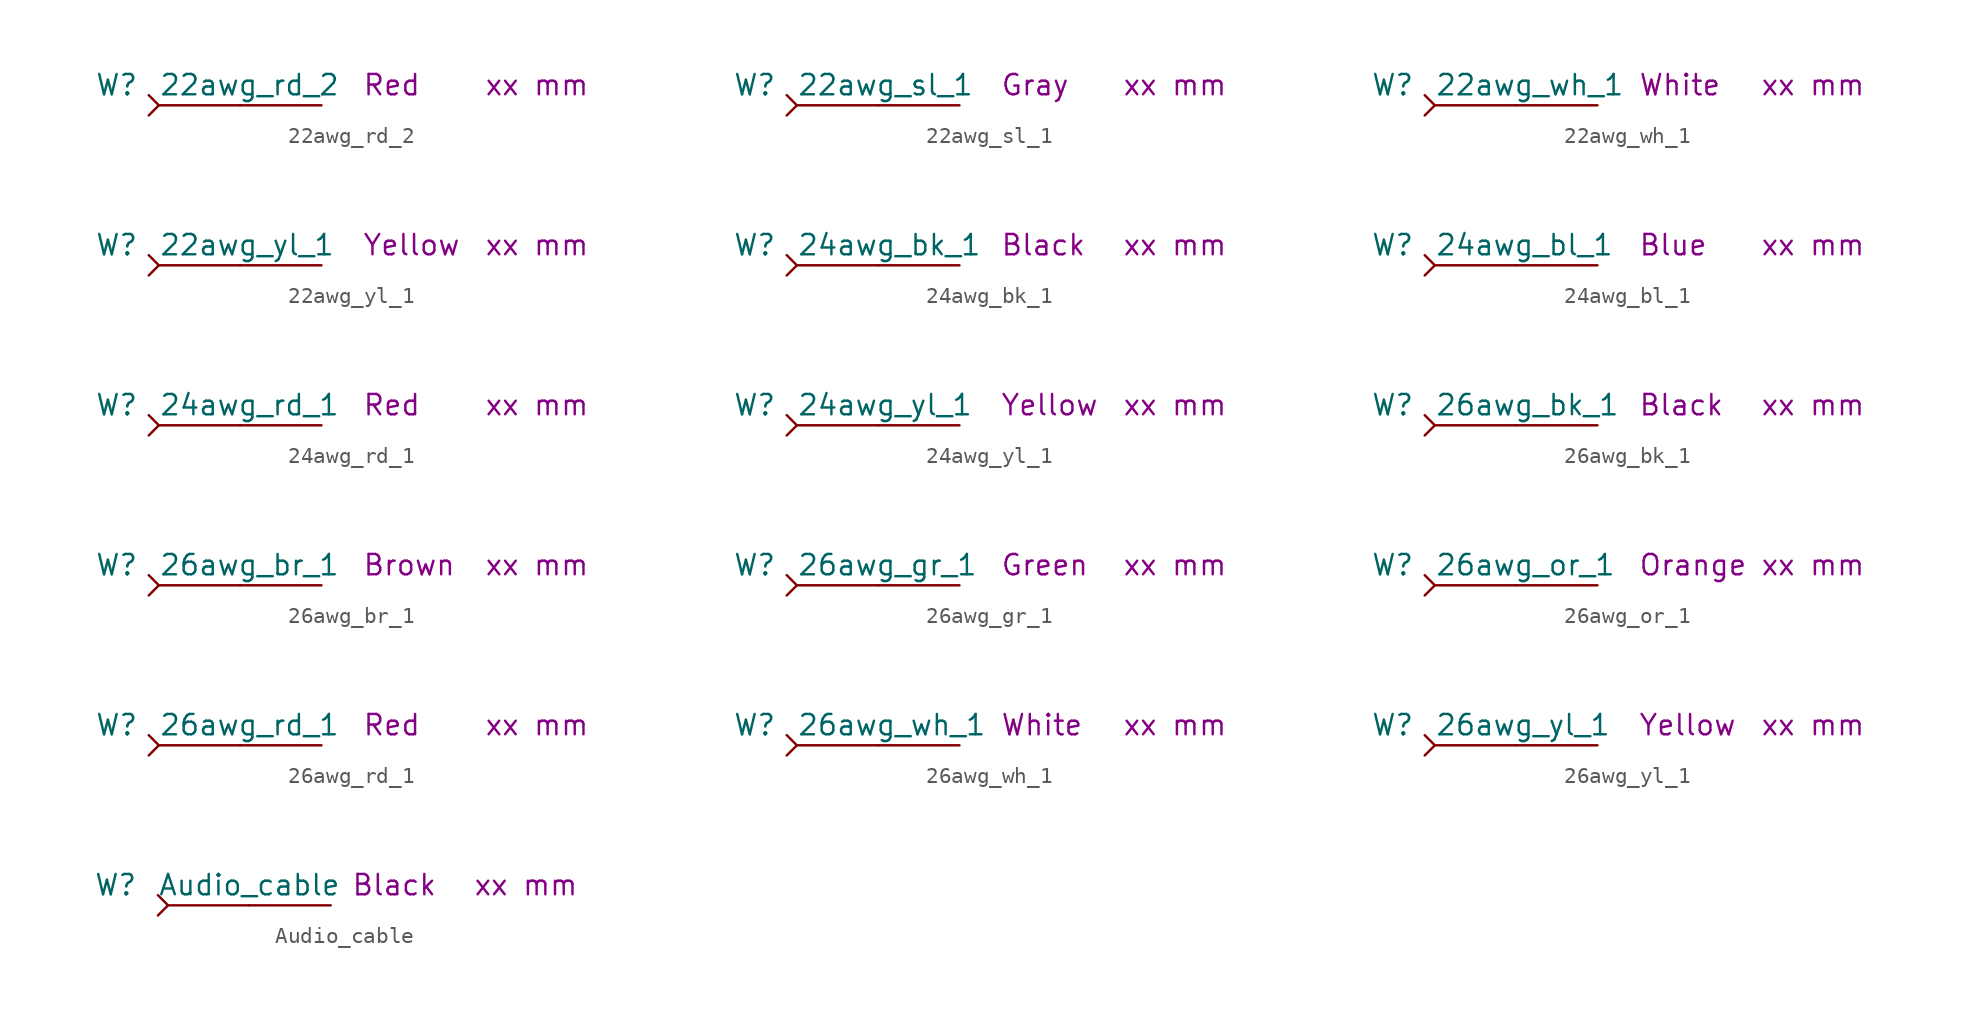
<source format=kicad_sym>
(kicad_symbol_lib
  (version 20211014)
  (generator kicad_symbol_editor)
  (symbol "22awg_rd_2"
    (pin_numbers hide)
    (pin_names
      (offset 0) hide)
    (property "Reference" "W"
      (at -6.35 1.27 0)
      (effects (font (size 1.27 1.27)) (justify right)))
    (property "Value" "22awg_rd_2"
      (at -5.08 1.27 0)
      (effects (font (size 1.27 1.27)) (justify left)))
    (property "Color" "Red"
      (at 7.62 1.27 0)
      (effects (font (size 1.27 1.27)) (justify left)))
    (property "Length" "xx mm"
      (at 15.24 1.27 0)
      (effects (font (size 1.27 1.27)) (justify left)))
    (symbol "22awg_rd_2_0_1"
      (polyline (pts (xy -5.715 0.635) (xy -5.08 0) (xy -5.715 -0.635)) (stroke (width 0) (type default) (color 0 0 0 0)) (fill (type none))))
    (symbol "22awg_rd_2_1_1"
      (pin bidirectional line (at -5.08 0 0) (length 5.08) (name "X" (effects (font (size 1.27 1.27)))) (number "1" (effects (font (size 1.27 1.27)))))
      (pin bidirectional line (at 5.08 0 180) (length 5.08) (name "Y" (effects (font (size 1.27 1.27)))) (number "2" (effects (font (size 1.27 1.27)))))))
  (symbol "22awg_sl_1"
    (pin_numbers hide)
    (pin_names
      (offset 0) hide)
    (property "Reference" "W"
      (at -6.35 1.27 0)
      (effects (font (size 1.27 1.27)) (justify right)))
    (property "Value" "22awg_sl_1"
      (at -5.08 1.27 0)
      (effects (font (size 1.27 1.27)) (justify left)))
    (property "Color" "Gray"
      (at 7.62 1.27 0)
      (effects (font (size 1.27 1.27)) (justify left)))
    (property "Length" "xx mm"
      (at 15.24 1.27 0)
      (effects (font (size 1.27 1.27)) (justify left)))
    (symbol "22awg_sl_1_0_1"
      (polyline (pts (xy -5.715 0.635) (xy -5.08 0) (xy -5.715 -0.635)) (stroke (width 0) (type default) (color 0 0 0 0)) (fill (type none))))
    (symbol "22awg_sl_1_1_1"
      (pin bidirectional line (at -5.08 0 0) (length 5.08) (name "X" (effects (font (size 1.27 1.27)))) (number "1" (effects (font (size 1.27 1.27)))))
      (pin bidirectional line (at 5.08 0 180) (length 5.08) (name "Y" (effects (font (size 1.27 1.27)))) (number "2" (effects (font (size 1.27 1.27)))))))
  (symbol "22awg_wh_1"
    (pin_numbers hide)
    (pin_names
      (offset 0) hide)
    (property "Reference" "W"
      (at -6.35 1.27 0)
      (effects (font (size 1.27 1.27)) (justify right)))
    (property "Value" "22awg_wh_1"
      (at -5.08 1.27 0)
      (effects (font (size 1.27 1.27)) (justify left)))
    (property "Color" "White"
      (at 7.62 1.27 0)
      (effects (font (size 1.27 1.27)) (justify left)))
    (property "Length" "xx mm"
      (at 15.24 1.27 0)
      (effects (font (size 1.27 1.27)) (justify left)))
    (symbol "22awg_wh_1_0_1"
      (polyline (pts (xy -5.715 0.635) (xy -5.08 0) (xy -5.715 -0.635)) (stroke (width 0) (type default) (color 0 0 0 0)) (fill (type none))))
    (symbol "22awg_wh_1_1_1"
      (pin bidirectional line (at -5.08 0 0) (length 5.08) (name "X" (effects (font (size 1.27 1.27)))) (number "1" (effects (font (size 1.27 1.27)))))
      (pin bidirectional line (at 5.08 0 180) (length 5.08) (name "Y" (effects (font (size 1.27 1.27)))) (number "2" (effects (font (size 1.27 1.27)))))))
  (symbol "22awg_yl_1"
    (pin_numbers hide)
    (pin_names
      (offset 0) hide)
    (property "Reference" "W"
      (at -6.35 1.27 0)
      (effects (font (size 1.27 1.27)) (justify right)))
    (property "Value" "22awg_yl_1"
      (at -5.08 1.27 0)
      (effects (font (size 1.27 1.27)) (justify left)))
    (property "Color" "Yellow"
      (at 7.62 1.27 0)
      (effects (font (size 1.27 1.27)) (justify left)))
    (property "Length" "xx mm"
      (at 15.24 1.27 0)
      (effects (font (size 1.27 1.27)) (justify left)))
    (symbol "22awg_yl_1_0_1"
      (polyline (pts (xy -5.715 0.635) (xy -5.08 0) (xy -5.715 -0.635)) (stroke (width 0) (type default) (color 0 0 0 0)) (fill (type none))))
    (symbol "22awg_yl_1_1_1"
      (pin bidirectional line (at -5.08 0 0) (length 5.08) (name "X" (effects (font (size 1.27 1.27)))) (number "1" (effects (font (size 1.27 1.27)))))
      (pin bidirectional line (at 5.08 0 180) (length 5.08) (name "Y" (effects (font (size 1.27 1.27)))) (number "2" (effects (font (size 1.27 1.27)))))))
  (symbol "24awg_bk_1"
    (pin_numbers hide)
    (pin_names
      (offset 0) hide)
    (property "Reference" "W"
      (at -6.35 1.27 0)
      (effects (font (size 1.27 1.27)) (justify right)))
    (property "Value" "24awg_bk_1"
      (at -5.08 1.27 0)
      (effects (font (size 1.27 1.27)) (justify left)))
    (property "Color" "Black"
      (at 7.62 1.27 0)
      (effects (font (size 1.27 1.27)) (justify left)))
    (property "Length" "xx mm"
      (at 15.24 1.27 0)
      (effects (font (size 1.27 1.27)) (justify left)))
    (symbol "24awg_bk_1_0_1"
      (polyline (pts (xy -5.715 0.635) (xy -5.08 0) (xy -5.715 -0.635)) (stroke (width 0) (type default) (color 0 0 0 0)) (fill (type none))))
    (symbol "24awg_bk_1_1_1"
      (pin bidirectional line (at -5.08 0 0) (length 5.08) (name "X" (effects (font (size 1.27 1.27)))) (number "1" (effects (font (size 1.27 1.27)))))
      (pin bidirectional line (at 5.08 0 180) (length 5.08) (name "Y" (effects (font (size 1.27 1.27)))) (number "2" (effects (font (size 1.27 1.27)))))))
  (symbol "24awg_bl_1"
    (pin_numbers hide)
    (pin_names
      (offset 0) hide)
    (property "Reference" "W"
      (at -6.35 1.27 0)
      (effects (font (size 1.27 1.27)) (justify right)))
    (property "Value" "24awg_bl_1"
      (at -5.08 1.27 0)
      (effects (font (size 1.27 1.27)) (justify left)))
    (property "Color" "Blue"
      (at 7.62 1.27 0)
      (effects (font (size 1.27 1.27)) (justify left)))
    (property "Length" "xx mm"
      (at 15.24 1.27 0)
      (effects (font (size 1.27 1.27)) (justify left)))
    (symbol "24awg_bl_1_0_1"
      (polyline (pts (xy -5.715 0.635) (xy -5.08 0) (xy -5.715 -0.635)) (stroke (width 0) (type default) (color 0 0 0 0)) (fill (type none))))
    (symbol "24awg_bl_1_1_1"
      (pin bidirectional line (at -5.08 0 0) (length 5.08) (name "X" (effects (font (size 1.27 1.27)))) (number "1" (effects (font (size 1.27 1.27)))))
      (pin bidirectional line (at 5.08 0 180) (length 5.08) (name "Y" (effects (font (size 1.27 1.27)))) (number "2" (effects (font (size 1.27 1.27)))))))
  (symbol "24awg_rd_1"
    (pin_numbers hide)
    (pin_names
      (offset 0) hide)
    (property "Reference" "W"
      (at -6.35 1.27 0)
      (effects (font (size 1.27 1.27)) (justify right)))
    (property "Value" "24awg_rd_1"
      (at -5.08 1.27 0)
      (effects (font (size 1.27 1.27)) (justify left)))
    (property "Color" "Red"
      (at 7.62 1.27 0)
      (effects (font (size 1.27 1.27)) (justify left)))
    (property "Length" "xx mm"
      (at 15.24 1.27 0)
      (effects (font (size 1.27 1.27)) (justify left)))
    (symbol "24awg_rd_1_0_1"
      (polyline (pts (xy -5.715 0.635) (xy -5.08 0) (xy -5.715 -0.635)) (stroke (width 0) (type default) (color 0 0 0 0)) (fill (type none))))
    (symbol "24awg_rd_1_1_1"
      (pin bidirectional line (at -5.08 0 0) (length 5.08) (name "X" (effects (font (size 1.27 1.27)))) (number "1" (effects (font (size 1.27 1.27)))))
      (pin bidirectional line (at 5.08 0 180) (length 5.08) (name "Y" (effects (font (size 1.27 1.27)))) (number "2" (effects (font (size 1.27 1.27)))))))
  (symbol "24awg_yl_1"
    (pin_numbers hide)
    (pin_names
      (offset 0) hide)
    (property "Reference" "W"
      (at -6.35 1.27 0)
      (effects (font (size 1.27 1.27)) (justify right)))
    (property "Value" "24awg_yl_1"
      (at -5.08 1.27 0)
      (effects (font (size 1.27 1.27)) (justify left)))
    (property "Color" "Yellow"
      (at 7.62 1.27 0)
      (effects (font (size 1.27 1.27)) (justify left)))
    (property "Length" "xx mm"
      (at 15.24 1.27 0)
      (effects (font (size 1.27 1.27)) (justify left)))
    (symbol "24awg_yl_1_0_1"
      (polyline (pts (xy -5.715 0.635) (xy -5.08 0) (xy -5.715 -0.635)) (stroke (width 0) (type default) (color 0 0 0 0)) (fill (type none))))
    (symbol "24awg_yl_1_1_1"
      (pin bidirectional line (at -5.08 0 0) (length 5.08) (name "X" (effects (font (size 1.27 1.27)))) (number "1" (effects (font (size 1.27 1.27)))))
      (pin bidirectional line (at 5.08 0 180) (length 5.08) (name "Y" (effects (font (size 1.27 1.27)))) (number "2" (effects (font (size 1.27 1.27)))))))
  (symbol "26awg_bk_1"
    (pin_numbers hide)
    (pin_names
      (offset 0) hide)
    (property "Reference" "W"
      (at -6.35 1.27 0)
      (effects (font (size 1.27 1.27)) (justify right)))
    (property "Value" "26awg_bk_1"
      (at -5.08 1.27 0)
      (effects (font (size 1.27 1.27)) (justify left)))
    (property "Color" "Black"
      (at 7.62 1.27 0)
      (effects (font (size 1.27 1.27)) (justify left)))
    (property "Length" "xx mm"
      (at 15.24 1.27 0)
      (effects (font (size 1.27 1.27)) (justify left)))
    (symbol "26awg_bk_1_0_1"
      (polyline (pts (xy -5.715 0.635) (xy -5.08 0) (xy -5.715 -0.635)) (stroke (width 0) (type default) (color 0 0 0 0)) (fill (type none))))
    (symbol "26awg_bk_1_1_1"
      (pin bidirectional line (at -5.08 0 0) (length 5.08) (name "X" (effects (font (size 1.27 1.27)))) (number "1" (effects (font (size 1.27 1.27)))))
      (pin bidirectional line (at 5.08 0 180) (length 5.08) (name "Y" (effects (font (size 1.27 1.27)))) (number "2" (effects (font (size 1.27 1.27)))))))
  (symbol "26awg_br_1"
    (pin_numbers hide)
    (pin_names
      (offset 0) hide)
    (property "Reference" "W"
      (at -6.35 1.27 0)
      (effects (font (size 1.27 1.27)) (justify right)))
    (property "Value" "26awg_br_1"
      (at -5.08 1.27 0)
      (effects (font (size 1.27 1.27)) (justify left)))
    (property "Color" "Brown"
      (at 7.62 1.27 0)
      (effects (font (size 1.27 1.27)) (justify left)))
    (property "Length" "xx mm"
      (at 15.24 1.27 0)
      (effects (font (size 1.27 1.27)) (justify left)))
    (symbol "26awg_br_1_0_1"
      (polyline (pts (xy -5.715 0.635) (xy -5.08 0) (xy -5.715 -0.635)) (stroke (width 0) (type default) (color 0 0 0 0)) (fill (type none))))
    (symbol "26awg_br_1_1_1"
      (pin bidirectional line (at -5.08 0 0) (length 5.08) (name "X" (effects (font (size 1.27 1.27)))) (number "1" (effects (font (size 1.27 1.27)))))
      (pin bidirectional line (at 5.08 0 180) (length 5.08) (name "Y" (effects (font (size 1.27 1.27)))) (number "2" (effects (font (size 1.27 1.27)))))))
  (symbol "26awg_gr_1"
    (pin_numbers hide)
    (pin_names
      (offset 0) hide)
    (property "Reference" "W"
      (at -6.35 1.27 0)
      (effects (font (size 1.27 1.27)) (justify right)))
    (property "Value" "26awg_gr_1"
      (at -5.08 1.27 0)
      (effects (font (size 1.27 1.27)) (justify left)))
    (property "Color" "Green"
      (at 7.62 1.27 0)
      (effects (font (size 1.27 1.27)) (justify left)))
    (property "Length" "xx mm"
      (at 15.24 1.27 0)
      (effects (font (size 1.27 1.27)) (justify left)))
    (symbol "26awg_gr_1_0_1"
      (polyline (pts (xy -5.715 0.635) (xy -5.08 0) (xy -5.715 -0.635)) (stroke (width 0) (type default) (color 0 0 0 0)) (fill (type none))))
    (symbol "26awg_gr_1_1_1"
      (pin bidirectional line (at -5.08 0 0) (length 5.08) (name "X" (effects (font (size 1.27 1.27)))) (number "1" (effects (font (size 1.27 1.27)))))
      (pin bidirectional line (at 5.08 0 180) (length 5.08) (name "Y" (effects (font (size 1.27 1.27)))) (number "2" (effects (font (size 1.27 1.27)))))))
  (symbol "26awg_or_1"
    (pin_numbers hide)
    (pin_names
      (offset 0) hide)
    (property "Reference" "W"
      (at -6.35 1.27 0)
      (effects (font (size 1.27 1.27)) (justify right)))
    (property "Value" "26awg_or_1"
      (at -5.08 1.27 0)
      (effects (font (size 1.27 1.27)) (justify left)))
    (property "Color" "Orange"
      (at 7.62 1.27 0)
      (effects (font (size 1.27 1.27)) (justify left)))
    (property "Length" "xx mm"
      (at 15.24 1.27 0)
      (effects (font (size 1.27 1.27)) (justify left)))
    (symbol "26awg_or_1_0_1"
      (polyline (pts (xy -5.715 0.635) (xy -5.08 0) (xy -5.715 -0.635)) (stroke (width 0) (type default) (color 0 0 0 0)) (fill (type none))))
    (symbol "26awg_or_1_1_1"
      (pin bidirectional line (at -5.08 0 0) (length 5.08) (name "X" (effects (font (size 1.27 1.27)))) (number "1" (effects (font (size 1.27 1.27)))))
      (pin bidirectional line (at 5.08 0 180) (length 5.08) (name "Y" (effects (font (size 1.27 1.27)))) (number "2" (effects (font (size 1.27 1.27)))))))
  (symbol "26awg_rd_1"
    (pin_numbers hide)
    (pin_names
      (offset 0) hide)
    (property "Reference" "W"
      (at -6.35 1.27 0)
      (effects (font (size 1.27 1.27)) (justify right)))
    (property "Value" "26awg_rd_1"
      (at -5.08 1.27 0)
      (effects (font (size 1.27 1.27)) (justify left)))
    (property "Color" "Red"
      (at 7.62 1.27 0)
      (effects (font (size 1.27 1.27)) (justify left)))
    (property "Length" "xx mm"
      (at 15.24 1.27 0)
      (effects (font (size 1.27 1.27)) (justify left)))
    (symbol "26awg_rd_1_0_1"
      (polyline (pts (xy -5.715 0.635) (xy -5.08 0) (xy -5.715 -0.635)) (stroke (width 0) (type default) (color 0 0 0 0)) (fill (type none))))
    (symbol "26awg_rd_1_1_1"
      (pin bidirectional line (at -5.08 0 0) (length 5.08) (name "X" (effects (font (size 1.27 1.27)))) (number "1" (effects (font (size 1.27 1.27)))))
      (pin bidirectional line (at 5.08 0 180) (length 5.08) (name "Y" (effects (font (size 1.27 1.27)))) (number "2" (effects (font (size 1.27 1.27)))))))
  (symbol "26awg_wh_1"
    (pin_numbers hide)
    (pin_names
      (offset 0) hide)
    (property "Reference" "W"
      (at -6.35 1.27 0)
      (effects (font (size 1.27 1.27)) (justify right)))
    (property "Value" "26awg_wh_1"
      (at -5.08 1.27 0)
      (effects (font (size 1.27 1.27)) (justify left)))
    (property "Color" "White"
      (at 7.62 1.27 0)
      (effects (font (size 1.27 1.27)) (justify left)))
    (property "Length" "xx mm"
      (at 15.24 1.27 0)
      (effects (font (size 1.27 1.27)) (justify left)))
    (symbol "26awg_wh_1_0_1"
      (polyline (pts (xy -5.715 0.635) (xy -5.08 0) (xy -5.715 -0.635)) (stroke (width 0) (type default) (color 0 0 0 0)) (fill (type none))))
    (symbol "26awg_wh_1_1_1"
      (pin bidirectional line (at -5.08 0 0) (length 5.08) (name "X" (effects (font (size 1.27 1.27)))) (number "1" (effects (font (size 1.27 1.27)))))
      (pin bidirectional line (at 5.08 0 180) (length 5.08) (name "Y" (effects (font (size 1.27 1.27)))) (number "2" (effects (font (size 1.27 1.27)))))))
  (symbol "26awg_yl_1"
    (pin_numbers hide)
    (pin_names
      (offset 0) hide)
    (property "Reference" "W"
      (at -6.35 1.27 0)
      (effects (font (size 1.27 1.27)) (justify right)))
    (property "Value" "26awg_yl_1"
      (at -5.08 1.27 0)
      (effects (font (size 1.27 1.27)) (justify left)))
    (property "Color" "Yellow"
      (at 7.62 1.27 0)
      (effects (font (size 1.27 1.27)) (justify left)))
    (property "Length" "xx mm"
      (at 15.24 1.27 0)
      (effects (font (size 1.27 1.27)) (justify left)))
    (symbol "26awg_yl_1_0_1"
      (polyline (pts (xy -5.715 0.635) (xy -5.08 0) (xy -5.715 -0.635)) (stroke (width 0) (type default) (color 0 0 0 0)) (fill (type none))))
    (symbol "26awg_yl_1_1_1"
      (pin bidirectional line (at -5.08 0 0) (length 5.08) (name "X" (effects (font (size 1.27 1.27)))) (number "1" (effects (font (size 1.27 1.27)))))
      (pin bidirectional line (at 5.08 0 180) (length 5.08) (name "Y" (effects (font (size 1.27 1.27)))) (number "2" (effects (font (size 1.27 1.27)))))))
  (symbol "Audio_cable"
    (pin_numbers hide)
    (pin_names
      (offset 0) hide)
    (property "Reference" "W"
      (at -1.905 1.27 0)
      (effects (font (size 1.27 1.27)) (justify right)))
    (property "Value" "Audio_cable"
      (at 5.08 1.27 0)
      (effects (font (size 1.27 1.27))))
    (property "Color" "Black"
      (at 11.43 1.27 0)
      (effects (font (size 1.27 1.27)) (justify left)))
    (property "Length" "xx mm"
      (at 19.05 1.27 0)
      (effects (font (size 1.27 1.27)) (justify left)))
    (symbol "Audio_cable_0_1"
      (polyline (pts (xy -0.635 0.635) (xy 0 0) (xy -0.635 -0.635)) (stroke (width 0) (type default) (color 0 0 0 0)) (fill (type none))))
    (symbol "Audio_cable_1_1"
      (pin bidirectional line (at 0 0 0) (length 5.08) (name "X" (effects (font (size 1.27 1.27)))) (number "1" (effects (font (size 1.27 1.27)))))
      (pin bidirectional line (at 10.16 0 180) (length 5.08) (name "Y" (effects (font (size 1.27 1.27)))) (number "2" (effects (font (size 1.27 1.27))))))))
</source>
